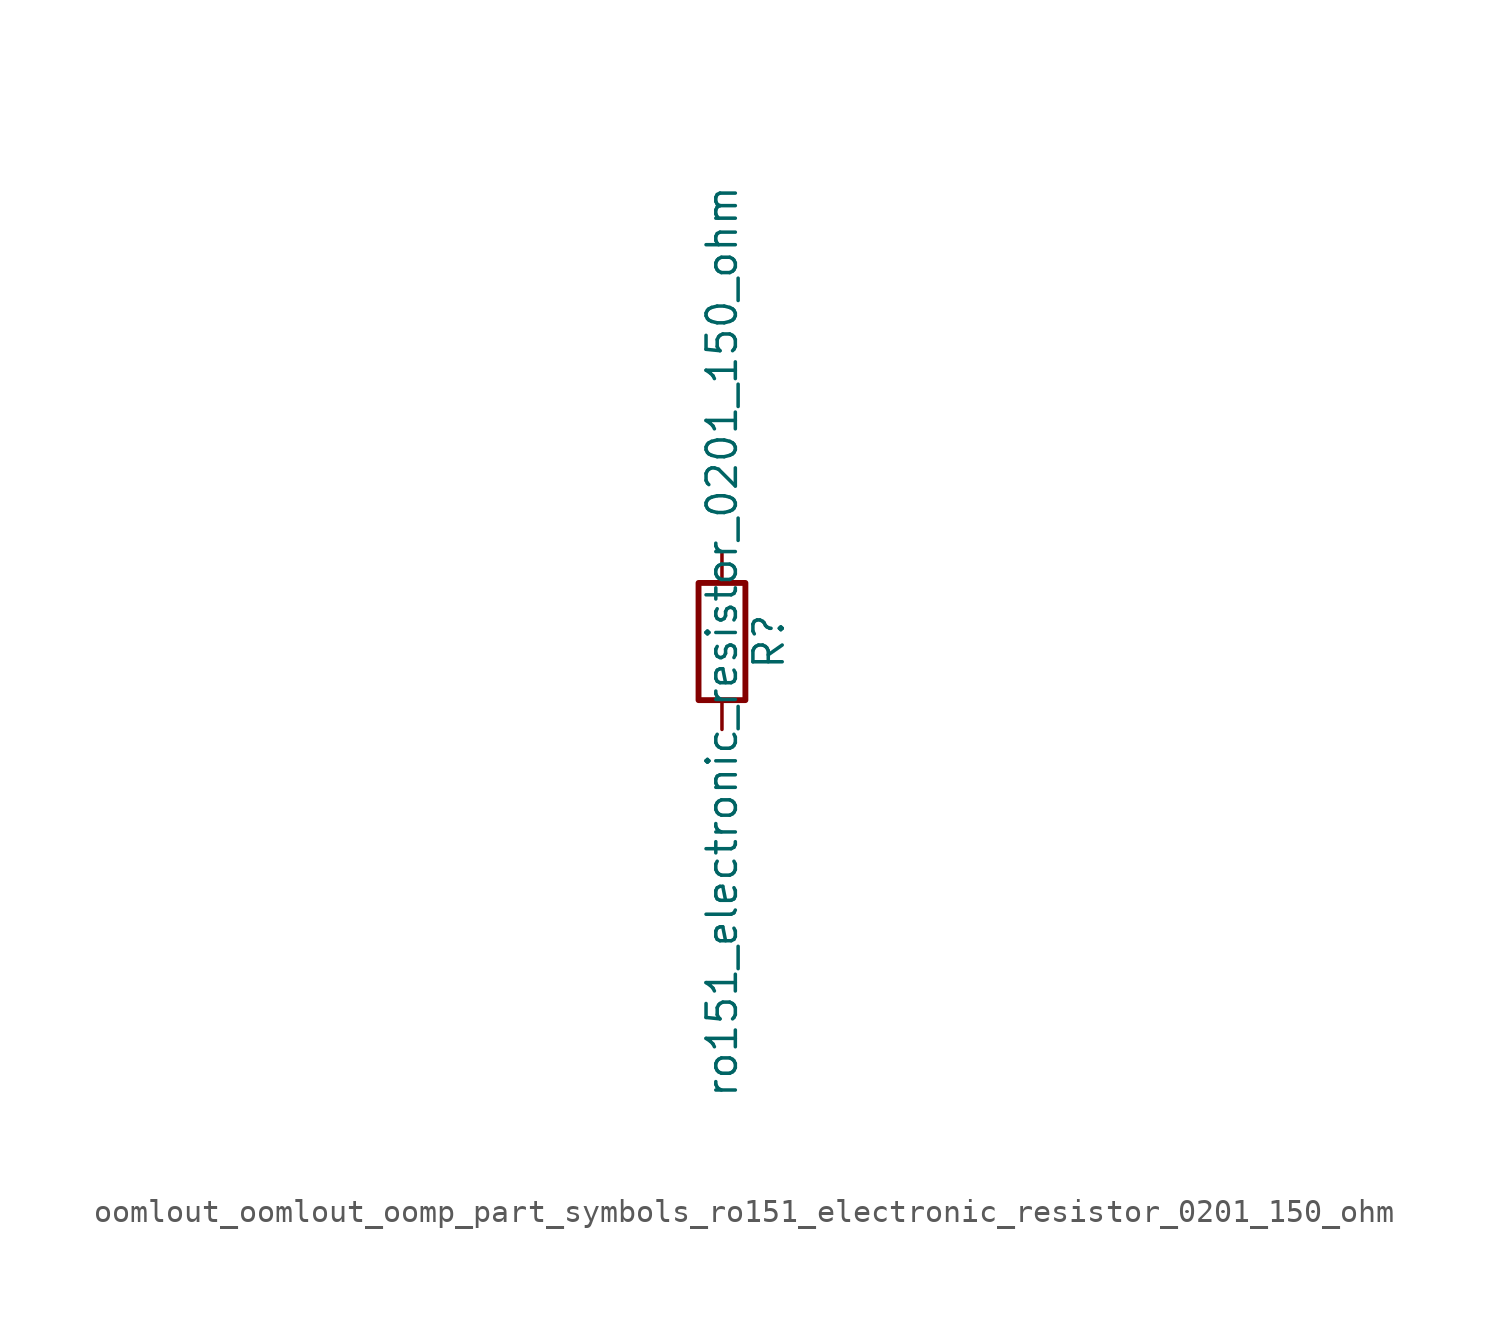
<source format=kicad_sym>
(kicad_symbol_lib
  (version 20220914)
  (generator kicad_symbol_editor)
  (symbol "oomlout_oomlout_oomp_part_symbols_ro151_electronic_resistor_0201_150_ohm"
    (pin_numbers hide)
    (pin_names
      (offset 0))
    (property "Reference" "R"
      (at 2.032 0 90)
      (effects (font (size 1.27 1.27))))
    (property "Value" "ro151_electronic_resistor_0201_150_ohm"
      (at 0 0 90)
      (effects (font (size 1.27 1.27))))
    (symbol "oomlout_oomlout_oomp_part_symbols_ro151_electronic_resistor_0201_150_ohm_0_1"
      (rectangle (start -1.016 -2.54) (end 1.016 2.54) (stroke (width 0.254) (type default)) (fill (type none))))
    (symbol "oomlout_oomlout_oomp_part_symbols_ro151_electronic_resistor_0201_150_ohm_1_1"
      (pin passive line (at 0 3.81 270) (length 1.27) (name "~" (effects (font (size 1.27 1.27)))) (number "1" (effects (font (size 1.27 1.27)))))
      (pin passive line (at 0 -3.81 90) (length 1.27) (name "~" (effects (font (size 1.27 1.27)))) (number "2" (effects (font (size 1.27 1.27))))))))
</source>
